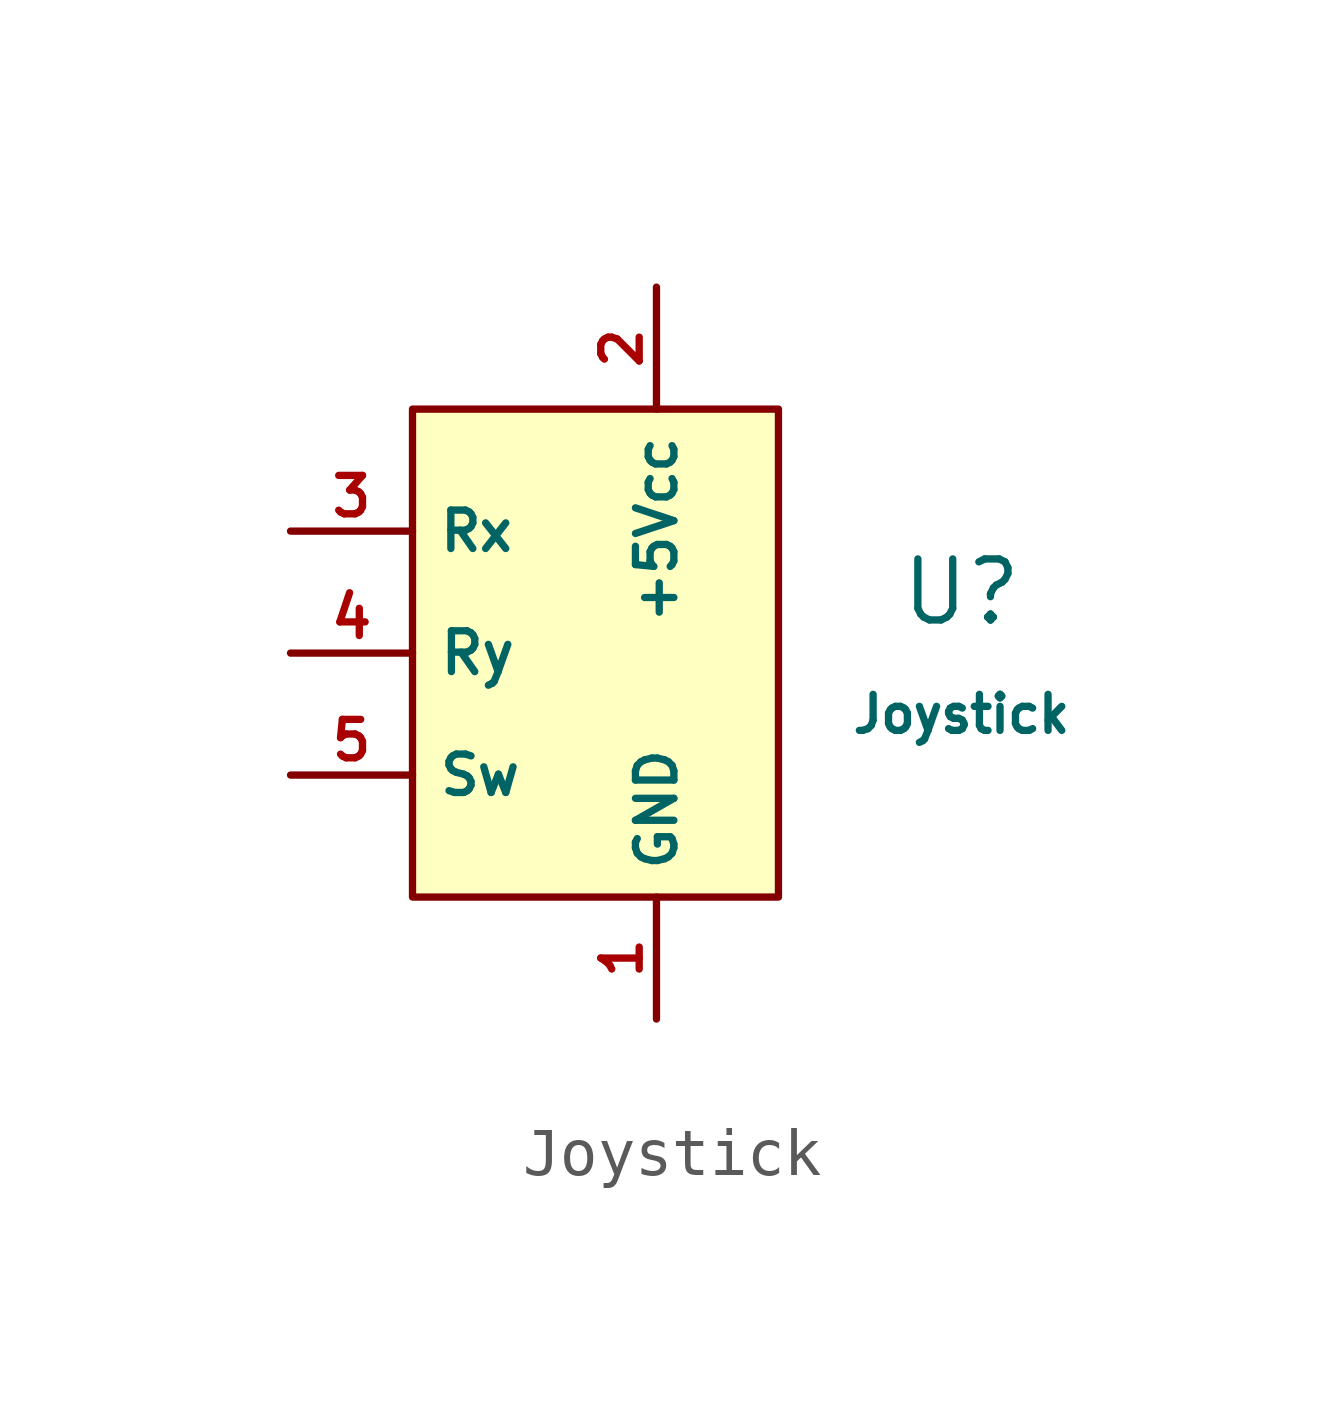
<source format=kicad_sym>
(kicad_symbol_lib
  (version 20211014)
  (generator kicad_symbol_editor)
  (symbol "Joystick"
    (property "Reference" "U"
      (at 7.62 1.27 0)
      (effects (font (size 1.27 1.27))))
    (property "Value" "Joystick"
      (at 7.62 -1.27 0)
      (effects (font (size 0.75 0.75))))
    (symbol "Joystick_0_1"
      (rectangle (start -3.81 5.08) (end 3.81 -5.08) (stroke (width 0) (type default) (color 0 0 0 0)) (fill (type background))))
    (symbol "Joystick_1_1"
      (pin output line (at 1.27 -7.62 90) (length 2.54) (name "GND" (effects (font (size 0.8 0.8)))) (number "1" (effects (font (size 0.8 0.8)))))
      (pin output line (at 1.27 7.62 270) (length 2.54) (name "+5Vcc" (effects (font (size 0.8 0.8)))) (number "2" (effects (font (size 0.8 0.8)))))
      (pin output line (at -6.35 2.54 0) (length 2.54) (name "Rx" (effects (font (size 0.8 0.8)))) (number "3" (effects (font (size 0.8 0.8)))))
      (pin output line (at -6.35 0 0) (length 2.54) (name "Ry" (effects (font (size 0.85 0.85)))) (number "4" (effects (font (size 0.85 0.85)))))
      (pin output line (at -6.35 -2.54 0) (length 2.54) (name "Sw" (effects (font (size 0.8 0.8)))) (number "5" (effects (font (size 0.8 0.8))))))))
</source>
